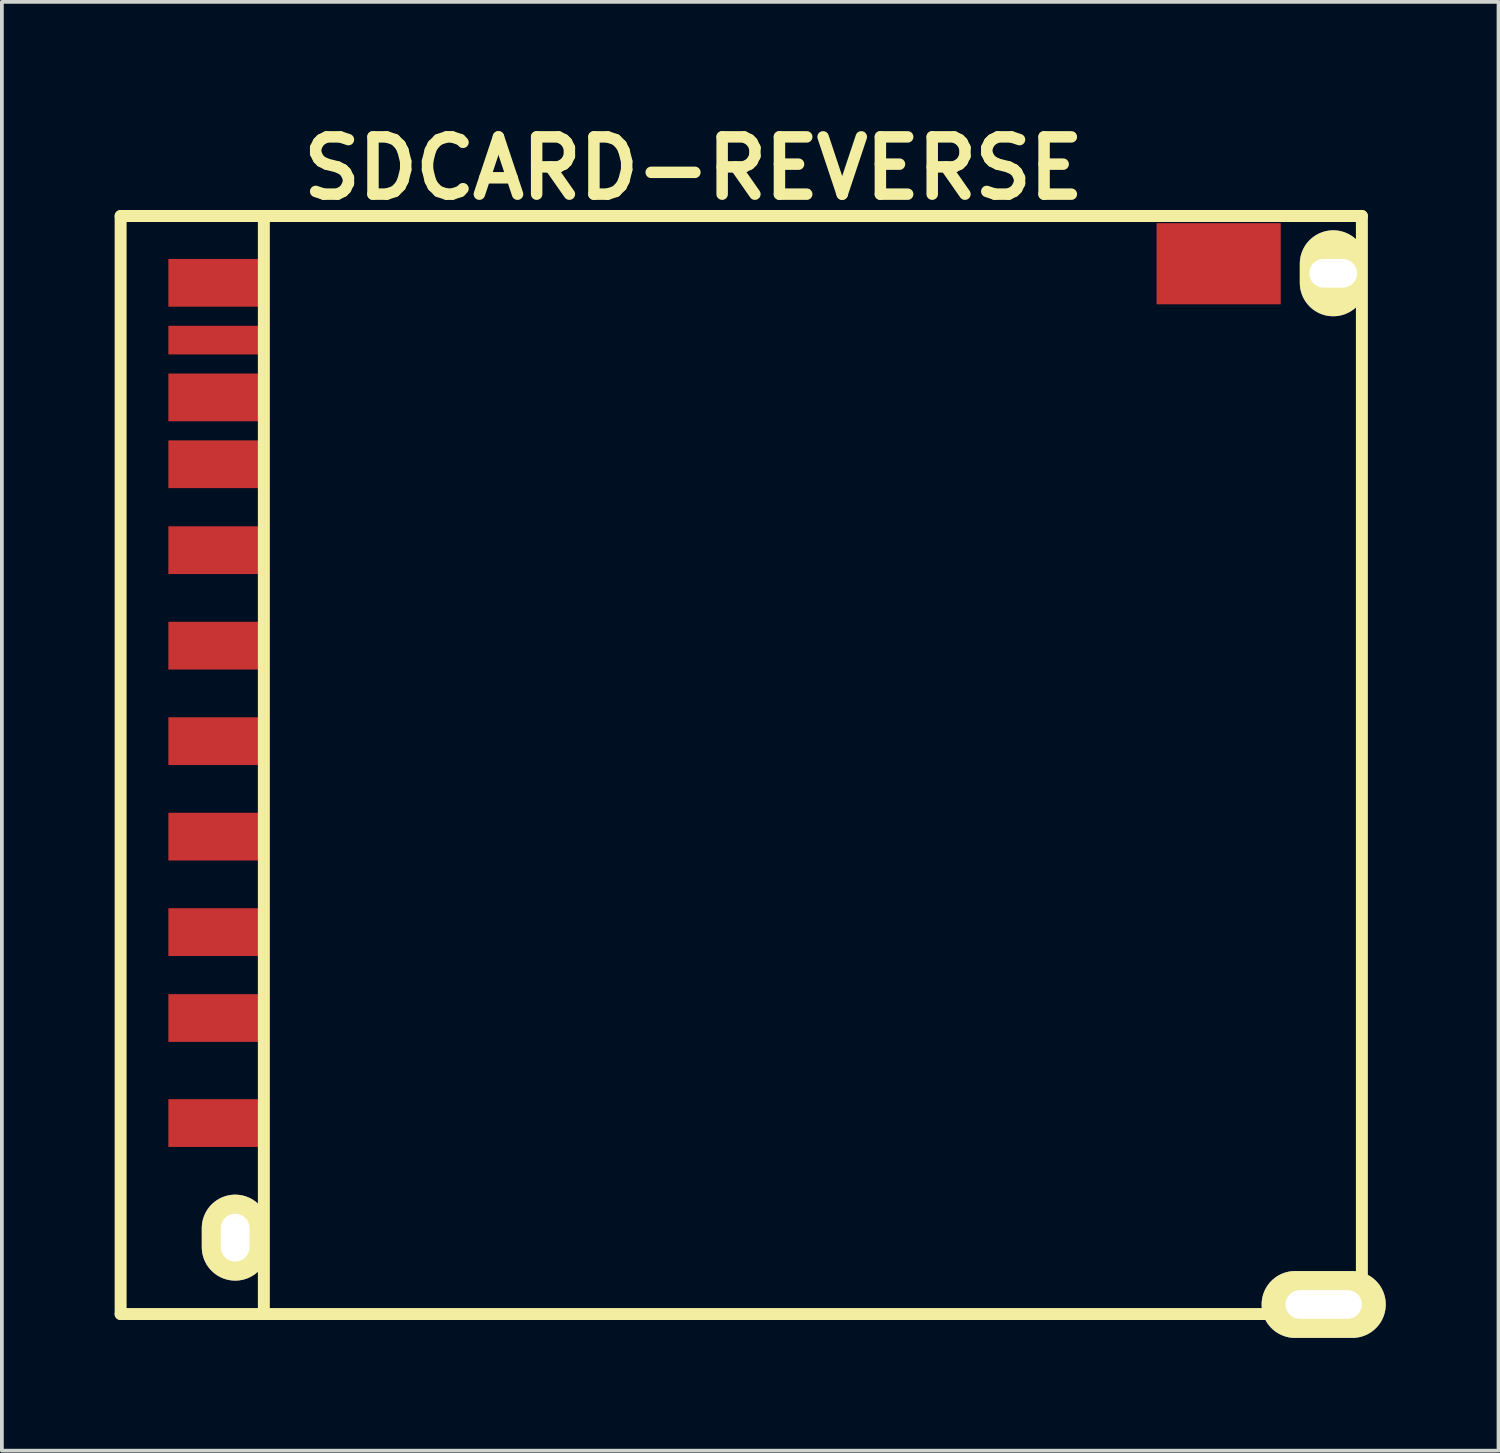
<source format=kicad_pcb>
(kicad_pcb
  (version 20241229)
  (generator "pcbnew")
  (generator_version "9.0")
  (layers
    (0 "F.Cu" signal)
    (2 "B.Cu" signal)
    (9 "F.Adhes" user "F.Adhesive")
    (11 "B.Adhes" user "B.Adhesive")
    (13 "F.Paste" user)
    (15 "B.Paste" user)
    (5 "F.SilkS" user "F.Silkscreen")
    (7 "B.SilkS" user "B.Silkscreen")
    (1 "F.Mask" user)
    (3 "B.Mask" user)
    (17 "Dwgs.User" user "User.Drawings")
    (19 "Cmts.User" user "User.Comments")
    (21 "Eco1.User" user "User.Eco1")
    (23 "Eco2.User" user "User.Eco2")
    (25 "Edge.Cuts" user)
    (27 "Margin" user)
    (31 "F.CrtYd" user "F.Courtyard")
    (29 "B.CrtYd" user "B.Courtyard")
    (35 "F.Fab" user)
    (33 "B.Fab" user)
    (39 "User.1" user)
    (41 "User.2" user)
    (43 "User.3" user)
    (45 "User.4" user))
  (footprint "SDCARD-REVERSE"
    (layer "F.Cu")
    (at 2.699 21.746)
    (property "Reference" "SDCARD-REVERSE" (at 12.7 -20.32 0) (layer "F.SilkS") (effects (font (size 1.524 1.524) (thickness 0.305))))
    (attr through_hole)
    (fp_line (start -2.54 -19.05) (end -2.54 10.16) (stroke (width 0.318) (type solid)) (layer "F.SilkS"))
    (fp_line (start -2.54 10.16) (end 1.27 10.16) (stroke (width 0.318) (type solid)) (layer "F.SilkS"))
    (fp_line (start 1.27 -19.05) (end -2.54 -19.05) (stroke (width 0.318) (type solid)) (layer "F.SilkS"))
    (fp_line (start 1.27 -19.05) (end 1.27 10.16) (stroke (width 0.318) (type solid)) (layer "F.SilkS"))
    (fp_line (start 30.48 -19.05) (end 1.27 -19.05) (stroke (width 0.318) (type solid)) (layer "F.SilkS"))
    (fp_line (start 30.48 -19.05) (end 30.48 10.16) (stroke (width 0.318) (type solid)) (layer "F.SilkS"))
    (fp_line (start 30.48 10.16) (end 1.27 10.16) (stroke (width 0.318) (type solid)) (layer "F.SilkS"))
    (pad "1" smd rect (at 0 2.286) (size 2.54 1.27) (layers "F.Cu" "F.Mask" "F.Paste"))
    (pad "2" smd rect (at 0 0) (size 2.54 1.27) (layers "F.Cu" "F.Mask" "F.Paste"))
    (pad "3" smd rect (at 0 -2.54) (size 2.54 1.27) (layers "F.Cu" "F.Mask" "F.Paste"))
    (pad "4" smd rect (at 0 -5.08) (size 2.54 1.27) (layers "F.Cu" "F.Mask" "F.Paste"))
    (pad "5" smd rect (at 0 -7.62) (size 2.54 1.27) (layers "F.Cu" "F.Mask" "F.Paste"))
    (pad "6" smd rect (at 0 -10.16) (size 2.54 1.27) (layers "F.Cu" "F.Mask" "F.Paste"))
    (pad "7" smd rect (at 0 -12.446) (size 2.54 1.27) (layers "F.Cu" "F.Mask" "F.Paste"))
    (pad "8" smd rect (at 0 -14.224) (size 2.54 1.27) (layers "F.Cu" "F.Mask" "F.Paste"))
    (pad "9" smd rect (at 0 5.08) (size 2.54 1.27) (layers "F.Cu" "F.Mask" "F.Paste"))
    (pad "10" smd rect (at 0 -15.748) (size 2.54 0.762) (layers "F.Cu" "F.Mask" "F.Paste"))
    (pad "11" smd rect (at 0 -17.272) (size 2.54 1.27) (layers "F.Cu" "F.Mask" "F.Paste"))
    (pad "12" smd rect (at 26.67 -17.78) (size 3.302 2.159) (layers "F.Cu" "F.Mask" "F.Paste"))
    (pad "16" thru_hole oval (at 0.508 8.128) (size 1.778 2.286) (drill oval 0.762 1.27) (layers "*.Cu" "*.Mask" "F.SilkS"))
    (pad "17" thru_hole oval (at 29.464 9.906) (size 3.302 1.778) (drill oval 2.032 0.762) (layers "*.Cu" "*.Mask" "F.SilkS"))
    (pad "18" thru_hole oval (at 29.718 -17.526) (size 1.778 2.286) (drill oval 1.27 0.762) (layers "*.Cu" "*.Mask" "F.SilkS")))
  (gr_rect
    (start -3 -3)
    (end 36.814 35.541)
    (stroke (width 0.1) (type default))
    (fill no)
    (layer "Edge.Cuts")))
</source>
